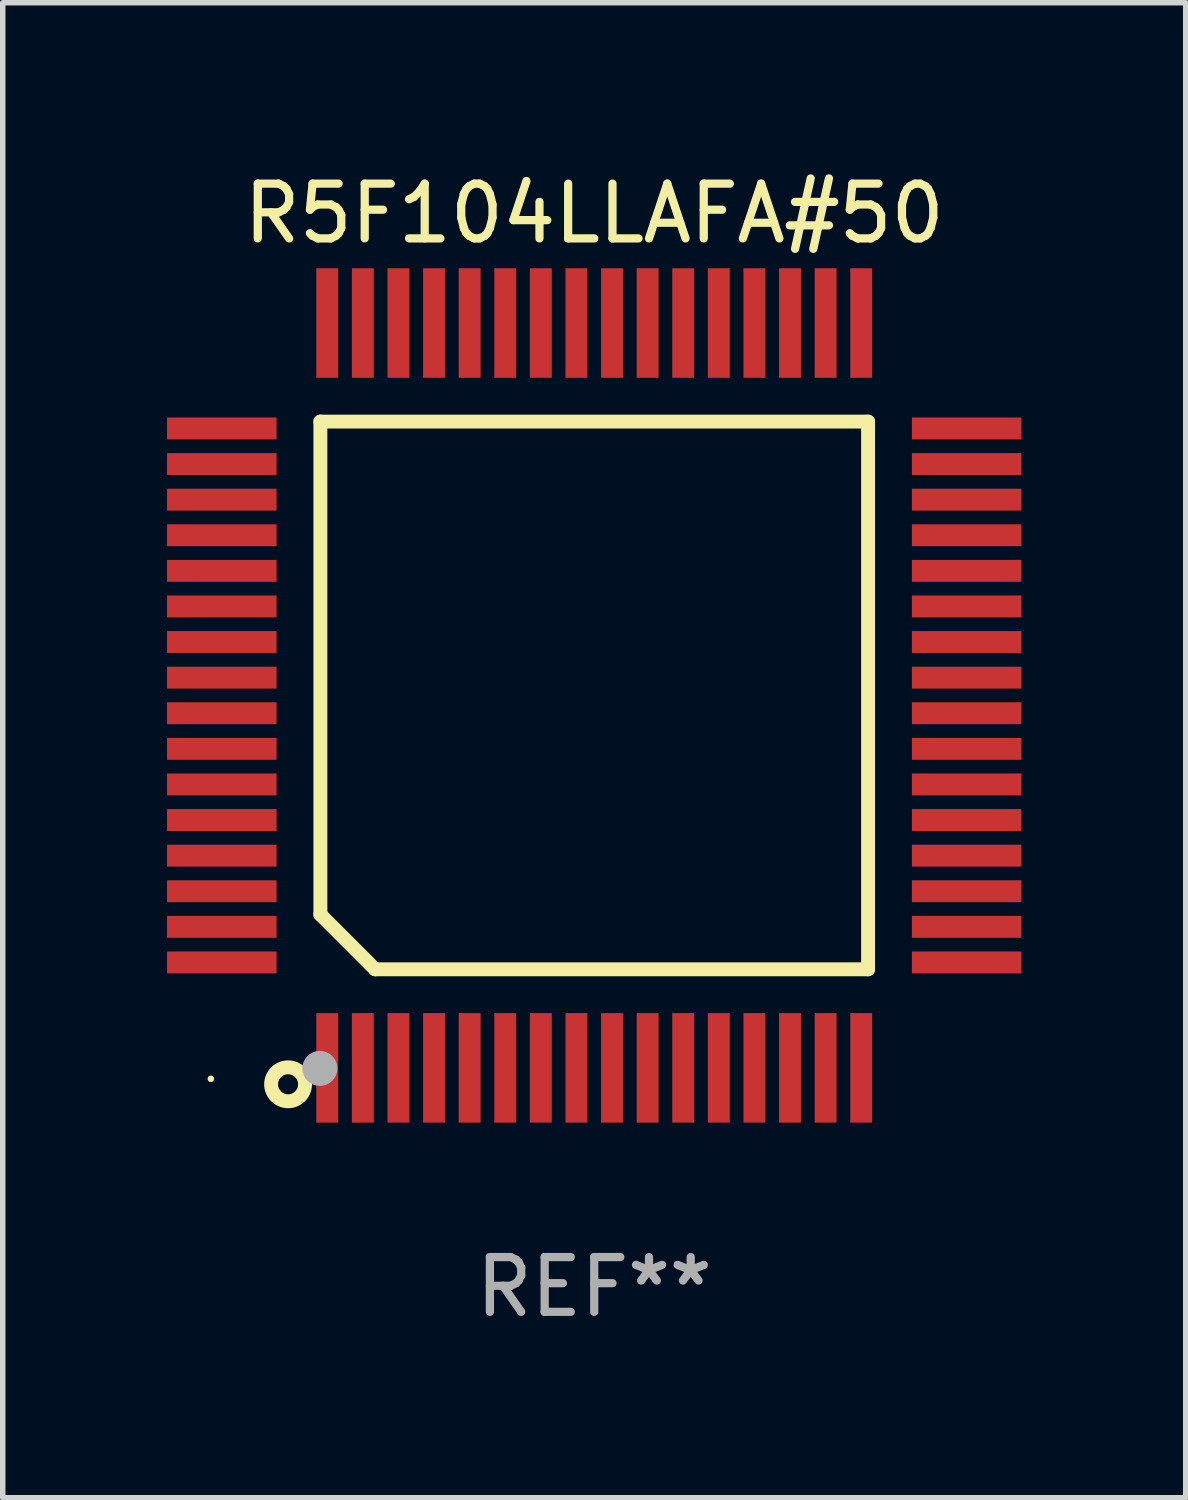
<source format=kicad_pcb>
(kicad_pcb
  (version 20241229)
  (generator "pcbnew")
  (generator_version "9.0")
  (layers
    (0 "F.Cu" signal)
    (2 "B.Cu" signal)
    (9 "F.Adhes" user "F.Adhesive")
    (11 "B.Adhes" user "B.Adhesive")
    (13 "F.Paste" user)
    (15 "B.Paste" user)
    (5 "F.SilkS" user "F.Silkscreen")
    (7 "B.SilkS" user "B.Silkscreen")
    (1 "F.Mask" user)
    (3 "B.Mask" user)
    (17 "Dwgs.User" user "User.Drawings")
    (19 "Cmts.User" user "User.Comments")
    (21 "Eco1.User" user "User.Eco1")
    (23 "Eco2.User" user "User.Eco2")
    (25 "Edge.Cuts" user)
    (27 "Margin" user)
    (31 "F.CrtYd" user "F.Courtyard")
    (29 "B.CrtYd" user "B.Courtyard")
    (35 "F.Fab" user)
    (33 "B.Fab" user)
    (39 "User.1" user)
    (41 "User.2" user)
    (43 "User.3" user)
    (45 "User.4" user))
  (footprint "R5F104LLAFA#50"
    (layer "F.Cu")
    (at 7.8 9.648)
    (property "Reference" "R5F104LLAFA#50" (at 0 -8.8 0) (layer "F.SilkS") (effects (font (size 1 1) (thickness 0.15))))
    (attr through_hole)
    (fp_line (start -5 -5) (end 5 -5) (stroke (width 0.254) (type solid)) (layer "F.SilkS"))
    (fp_line (start -5 4) (end -5 -5) (stroke (width 0.254) (type solid)) (layer "F.SilkS"))
    (fp_line (start -4 5) (end -5 4) (stroke (width 0.254) (type solid)) (layer "F.SilkS"))
    (fp_line (start 5 -5) (end 5 5) (stroke (width 0.254) (type solid)) (layer "F.SilkS"))
    (fp_line (start 5 5) (end -4 5) (stroke (width 0.254) (type solid)) (layer "F.SilkS"))
    (fp_circle (center -7 7) (end -6.97 7) (stroke (width 0.06) (type solid)) (fill no) (layer "F.SilkS"))
    (fp_circle (center -5.59 7.1) (end -5.28 7.1) (stroke (width 0.254) (type solid)) (fill no) (layer "F.SilkS"))
    (fp_circle (center -5.01 6.81) (end -4.85 6.81) (stroke (width 0.32) (type solid)) (fill no) (layer "F.Fab"))
    (fp_text user "REF**" (at 0 10.8 0) (layer "F.Fab") (effects (font (size 1 1) (thickness 0.15))))
    (pad "1" smd rect (at -4.875 6.8) (size 0.4 2) (layers "F.Cu" "F.Mask" "F.Paste"))
    (pad "2" smd rect (at -4.225 6.8) (size 0.4 2) (layers "F.Cu" "F.Mask" "F.Paste"))
    (pad "3" smd rect (at -3.575 6.8) (size 0.4 2) (layers "F.Cu" "F.Mask" "F.Paste"))
    (pad "4" smd rect (at -2.925 6.8) (size 0.4 2) (layers "F.Cu" "F.Mask" "F.Paste"))
    (pad "5" smd rect (at -2.275 6.8) (size 0.4 2) (layers "F.Cu" "F.Mask" "F.Paste"))
    (pad "6" smd rect (at -1.625 6.8) (size 0.4 2) (layers "F.Cu" "F.Mask" "F.Paste"))
    (pad "7" smd rect (at -0.975 6.8) (size 0.4 2) (layers "F.Cu" "F.Mask" "F.Paste"))
    (pad "8" smd rect (at -0.325 6.8) (size 0.4 2) (layers "F.Cu" "F.Mask" "F.Paste"))
    (pad "9" smd rect (at 0.325 6.8) (size 0.4 2) (layers "F.Cu" "F.Mask" "F.Paste"))
    (pad "10" smd rect (at 0.975 6.8) (size 0.4 2) (layers "F.Cu" "F.Mask" "F.Paste"))
    (pad "11" smd rect (at 1.625 6.8) (size 0.4 2) (layers "F.Cu" "F.Mask" "F.Paste"))
    (pad "12" smd rect (at 2.275 6.8) (size 0.4 2) (layers "F.Cu" "F.Mask" "F.Paste"))
    (pad "13" smd rect (at 2.925 6.8) (size 0.4 2) (layers "F.Cu" "F.Mask" "F.Paste"))
    (pad "14" smd rect (at 3.575 6.8) (size 0.4 2) (layers "F.Cu" "F.Mask" "F.Paste"))
    (pad "15" smd rect (at 4.225 6.8) (size 0.4 2) (layers "F.Cu" "F.Mask" "F.Paste"))
    (pad "16" smd rect (at 4.875 6.8) (size 0.4 2) (layers "F.Cu" "F.Mask" "F.Paste"))
    (pad "17" smd rect (at 6.8 4.875) (size 2 0.4) (layers "F.Cu" "F.Mask" "F.Paste"))
    (pad "18" smd rect (at 6.8 4.225) (size 2 0.4) (layers "F.Cu" "F.Mask" "F.Paste"))
    (pad "19" smd rect (at 6.8 3.575) (size 2 0.4) (layers "F.Cu" "F.Mask" "F.Paste"))
    (pad "20" smd rect (at 6.8 2.925) (size 2 0.4) (layers "F.Cu" "F.Mask" "F.Paste"))
    (pad "21" smd rect (at 6.8 2.275) (size 2 0.4) (layers "F.Cu" "F.Mask" "F.Paste"))
    (pad "22" smd rect (at 6.8 1.625) (size 2 0.4) (layers "F.Cu" "F.Mask" "F.Paste"))
    (pad "23" smd rect (at 6.8 0.975) (size 2 0.4) (layers "F.Cu" "F.Mask" "F.Paste"))
    (pad "24" smd rect (at 6.8 0.325) (size 2 0.4) (layers "F.Cu" "F.Mask" "F.Paste"))
    (pad "25" smd rect (at 6.8 -0.325) (size 2 0.4) (layers "F.Cu" "F.Mask" "F.Paste"))
    (pad "26" smd rect (at 6.8 -0.975) (size 2 0.4) (layers "F.Cu" "F.Mask" "F.Paste"))
    (pad "27" smd rect (at 6.8 -1.625) (size 2 0.4) (layers "F.Cu" "F.Mask" "F.Paste"))
    (pad "28" smd rect (at 6.8 -2.275) (size 2 0.4) (layers "F.Cu" "F.Mask" "F.Paste"))
    (pad "29" smd rect (at 6.8 -2.925) (size 2 0.4) (layers "F.Cu" "F.Mask" "F.Paste"))
    (pad "30" smd rect (at 6.8 -3.575) (size 2 0.4) (layers "F.Cu" "F.Mask" "F.Paste"))
    (pad "31" smd rect (at 6.8 -4.225) (size 2 0.4) (layers "F.Cu" "F.Mask" "F.Paste"))
    (pad "32" smd rect (at 6.8 -4.875) (size 2 0.4) (layers "F.Cu" "F.Mask" "F.Paste"))
    (pad "33" smd rect (at 4.875 -6.8) (size 0.4 2) (layers "F.Cu" "F.Mask" "F.Paste"))
    (pad "34" smd rect (at 4.225 -6.8) (size 0.4 2) (layers "F.Cu" "F.Mask" "F.Paste"))
    (pad "35" smd rect (at 3.575 -6.8) (size 0.4 2) (layers "F.Cu" "F.Mask" "F.Paste"))
    (pad "36" smd rect (at 2.925 -6.8) (size 0.4 2) (layers "F.Cu" "F.Mask" "F.Paste"))
    (pad "37" smd rect (at 2.275 -6.8) (size 0.4 2) (layers "F.Cu" "F.Mask" "F.Paste"))
    (pad "38" smd rect (at 1.625 -6.8) (size 0.4 2) (layers "F.Cu" "F.Mask" "F.Paste"))
    (pad "39" smd rect (at 0.975 -6.8) (size 0.4 2) (layers "F.Cu" "F.Mask" "F.Paste"))
    (pad "40" smd rect (at 0.325 -6.8) (size 0.4 2) (layers "F.Cu" "F.Mask" "F.Paste"))
    (pad "41" smd rect (at -0.325 -6.8) (size 0.4 2) (layers "F.Cu" "F.Mask" "F.Paste"))
    (pad "42" smd rect (at -0.975 -6.8) (size 0.4 2) (layers "F.Cu" "F.Mask" "F.Paste"))
    (pad "43" smd rect (at -1.625 -6.8) (size 0.4 2) (layers "F.Cu" "F.Mask" "F.Paste"))
    (pad "44" smd rect (at -2.275 -6.8) (size 0.4 2) (layers "F.Cu" "F.Mask" "F.Paste"))
    (pad "45" smd rect (at -2.925 -6.8) (size 0.4 2) (layers "F.Cu" "F.Mask" "F.Paste"))
    (pad "46" smd rect (at -3.575 -6.8) (size 0.4 2) (layers "F.Cu" "F.Mask" "F.Paste"))
    (pad "47" smd rect (at -4.225 -6.8) (size 0.4 2) (layers "F.Cu" "F.Mask" "F.Paste"))
    (pad "48" smd rect (at -4.875 -6.8) (size 0.4 2) (layers "F.Cu" "F.Mask" "F.Paste"))
    (pad "49" smd rect (at -6.8 -4.875) (size 2 0.4) (layers "F.Cu" "F.Mask" "F.Paste"))
    (pad "50" smd rect (at -6.8 -4.225) (size 2 0.4) (layers "F.Cu" "F.Mask" "F.Paste"))
    (pad "51" smd rect (at -6.8 -3.575) (size 2 0.4) (layers "F.Cu" "F.Mask" "F.Paste"))
    (pad "52" smd rect (at -6.8 -2.925) (size 2 0.4) (layers "F.Cu" "F.Mask" "F.Paste"))
    (pad "53" smd rect (at -6.8 -2.275) (size 2 0.4) (layers "F.Cu" "F.Mask" "F.Paste"))
    (pad "54" smd rect (at -6.8 -1.625) (size 2 0.4) (layers "F.Cu" "F.Mask" "F.Paste"))
    (pad "55" smd rect (at -6.8 -0.975) (size 2 0.4) (layers "F.Cu" "F.Mask" "F.Paste"))
    (pad "56" smd rect (at -6.8 -0.325) (size 2 0.4) (layers "F.Cu" "F.Mask" "F.Paste"))
    (pad "57" smd rect (at -6.8 0.325) (size 2 0.4) (layers "F.Cu" "F.Mask" "F.Paste"))
    (pad "58" smd rect (at -6.8 0.975) (size 2 0.4) (layers "F.Cu" "F.Mask" "F.Paste"))
    (pad "59" smd rect (at -6.8 1.625) (size 2 0.4) (layers "F.Cu" "F.Mask" "F.Paste"))
    (pad "60" smd rect (at -6.8 2.275) (size 2 0.4) (layers "F.Cu" "F.Mask" "F.Paste"))
    (pad "61" smd rect (at -6.8 2.925) (size 2 0.4) (layers "F.Cu" "F.Mask" "F.Paste"))
    (pad "62" smd rect (at -6.8 3.575) (size 2 0.4) (layers "F.Cu" "F.Mask" "F.Paste"))
    (pad "63" smd rect (at -6.8 4.225) (size 2 0.4) (layers "F.Cu" "F.Mask" "F.Paste"))
    (pad "64" smd rect (at -6.8 4.875) (size 2 0.4) (layers "F.Cu" "F.Mask" "F.Paste")))
  (gr_rect
    (start -3 -3)
    (end 18.6 24.297)
    (stroke (width 0.1) (type default))
    (fill no)
    (layer "Edge.Cuts")))
</source>
